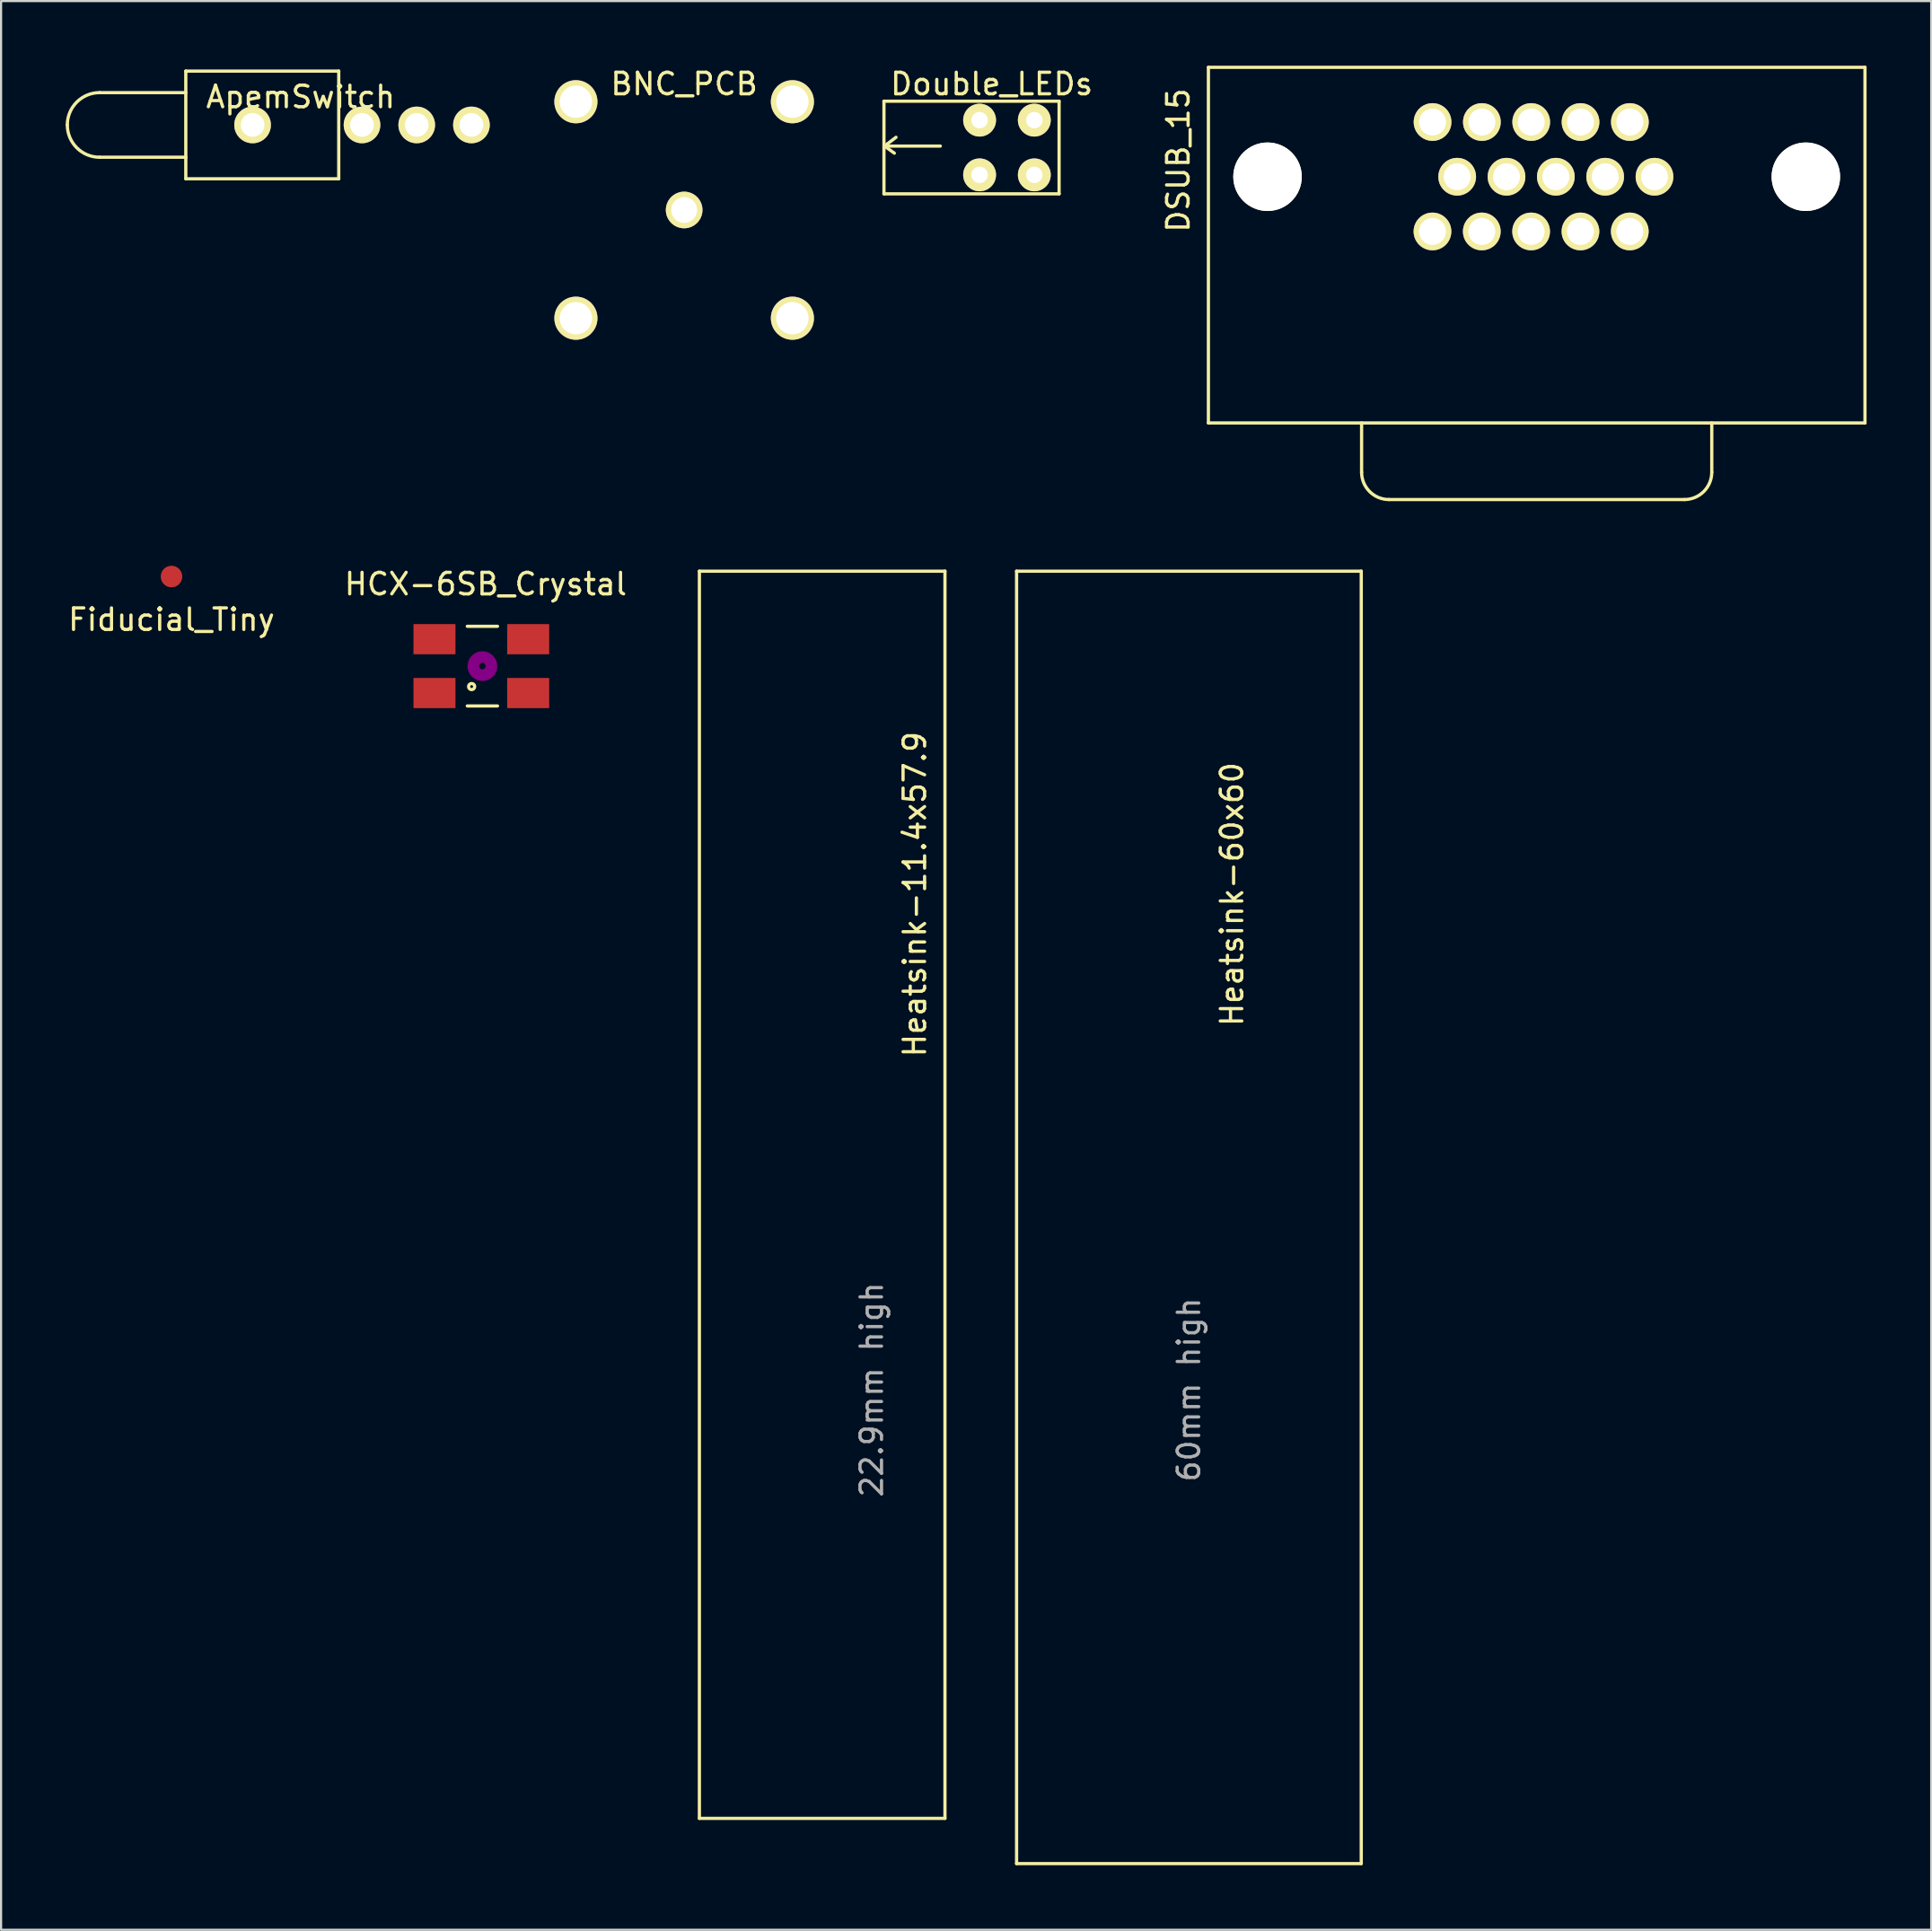
<source format=kicad_pcb>
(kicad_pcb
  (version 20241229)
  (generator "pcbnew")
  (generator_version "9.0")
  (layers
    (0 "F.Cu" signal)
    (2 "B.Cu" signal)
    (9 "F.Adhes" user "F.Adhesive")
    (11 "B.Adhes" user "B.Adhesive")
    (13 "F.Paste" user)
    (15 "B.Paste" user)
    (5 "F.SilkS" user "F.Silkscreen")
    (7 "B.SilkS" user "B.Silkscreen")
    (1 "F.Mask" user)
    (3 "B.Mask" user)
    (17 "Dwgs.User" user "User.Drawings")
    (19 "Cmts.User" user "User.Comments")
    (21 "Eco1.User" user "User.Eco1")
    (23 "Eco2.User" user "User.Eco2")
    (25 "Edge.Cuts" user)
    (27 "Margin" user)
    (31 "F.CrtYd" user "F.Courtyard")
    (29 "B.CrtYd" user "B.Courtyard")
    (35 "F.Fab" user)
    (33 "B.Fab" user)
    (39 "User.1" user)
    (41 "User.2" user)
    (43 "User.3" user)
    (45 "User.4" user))
  (footprint "Heatsink-11.4x57.9"
    (layer "F.Cu")
    (at 29.417 23.466)
    (property "Reference" "Heatsink-11.4x57.9" (at 10 15 90) (layer "F.SilkS") (effects (font (size 1 1) (thickness 0.15))))
    (attr through_hole)
    (fp_line (start 0 0) (end 0 57.9) (stroke (width 0.15) (type solid)) (layer "F.SilkS"))
    (fp_line (start 0 57.9) (end 11.4 57.9) (stroke (width 0.15) (type solid)) (layer "F.SilkS"))
    (fp_line (start 11.4 0) (end 0 0) (stroke (width 0.15) (type solid)) (layer "F.SilkS"))
    (fp_line (start 11.4 57.9) (end 11.4 0) (stroke (width 0.15) (type solid)) (layer "F.SilkS"))
    (fp_text user "22.9mm high" (at 8 38 90) (layer "F.Fab") (effects (font (size 1 1) (thickness 0.15)))))
  (footprint "HCX-6SB_Crystal"
    (layer "F.Cu")
    (at 19.254 27.874)
    (property "Reference" "HCX-6SB_Crystal" (at 0.24 -3.81 0) (layer "F.SilkS") (effects (font (size 1 1) (thickness 0.15))))
    (attr smd)
    (fp_line (start -0.611 -1.849) (end 0.791 -1.849) (stroke (width 0.15) (type solid)) (layer "F.SilkS"))
    (fp_line (start 0.791 1.849) (end -0.611 1.849) (stroke (width 0.15) (type solid)) (layer "F.SilkS"))
    (fp_circle (center -0.41 0.95) (end -0.309 1.049) (stroke (width 0.15) (type solid)) (fill no) (layer "F.SilkS"))
    (fp_circle (center 0.09 0) (end 0.24 0) (stroke (width 0.381) (type solid)) (fill no) (layer "F.Adhes"))
    (fp_circle (center 0.09 0) (end 0.59 0) (stroke (width 0.381) (type solid)) (fill no) (layer "F.Adhes"))
    (pad "1" smd rect (at -2.135 1.25) (size 1.95 1.4) (layers "F.Cu" "F.Mask" "F.Paste"))
    (pad "2" smd rect (at 2.215 1.25) (size 1.95 1.4) (layers "F.Cu" "F.Mask" "F.Paste"))
    (pad "3" smd rect (at 2.215 -1.25) (size 1.95 1.4) (layers "F.Cu" "F.Mask" "F.Paste"))
    (pad "4" smd rect (at -2.135 -1.25) (size 1.95 1.4) (layers "F.Cu" "F.Mask" "F.Paste")))
  (footprint "DSUB_15"
    (layer "F.Cu")
    (at 68.286 5.155)
    (property "Reference" "DSUB_15" (at -16.637 -0.762 90) (layer "F.SilkS") (effects (font (size 1 1) (thickness 0.15))))
    (attr through_hole)
    (fp_line (start -15.24 -5.08) (end 15.24 -5.08) (stroke (width 0.15) (type solid)) (layer "F.SilkS"))
    (fp_line (start -15.24 11.43) (end -15.24 -5.08) (stroke (width 0.15) (type solid)) (layer "F.SilkS"))
    (fp_line (start -8.128 13.716) (end -8.128 11.43) (stroke (width 0.15) (type solid)) (layer "F.SilkS"))
    (fp_line (start -6.858 14.986) (end 6.858 14.986) (stroke (width 0.15) (type solid)) (layer "F.SilkS"))
    (fp_line (start 8.128 13.716) (end 8.128 11.43) (stroke (width 0.15) (type solid)) (layer "F.SilkS"))
    (fp_line (start 15.24 -5.08) (end 15.24 11.43) (stroke (width 0.15) (type solid)) (layer "F.SilkS"))
    (fp_line (start 15.24 11.43) (end -15.24 11.43) (stroke (width 0.15) (type solid)) (layer "F.SilkS"))
    (fp_arc (start -6.858 14.986) (mid -7.756026 14.614026) (end -8.128 13.716) (stroke (width 0.15) (type solid)) (layer "F.SilkS"))
    (fp_arc (start 8.128 13.716) (mid 7.756026 14.614026) (end 6.858 14.986) (stroke (width 0.15) (type solid)) (layer "F.SilkS"))
    (pad "" np_thru_hole circle (at -12.495 0) (size 3.18 3.18) (drill 3.18) (layers "*.Cu" "*.Mask" "F.SilkS"))
    (pad "" np_thru_hole circle (at 12.495 0) (size 3.18 3.18) (drill 3.18) (layers "*.Cu" "*.Mask" "F.SilkS"))
    (pad "1" thru_hole circle (at 4.326 -2.54) (size 1.75 1.75) (drill 1.25) (layers "*.Cu" "*.Mask" "F.SilkS"))
    (pad "2" thru_hole circle (at 2.036 -2.54) (size 1.75 1.75) (drill 1.25) (layers "*.Cu" "*.Mask" "F.SilkS"))
    (pad "3" thru_hole circle (at -0.254 -2.54) (size 1.75 1.75) (drill 1.25) (layers "*.Cu" "*.Mask" "F.SilkS"))
    (pad "4" thru_hole circle (at -2.544 -2.54) (size 1.75 1.75) (drill 1.25) (layers "*.Cu" "*.Mask" "F.SilkS"))
    (pad "5" thru_hole circle (at -4.834 -2.54) (size 1.75 1.75) (drill 1.25) (layers "*.Cu" "*.Mask" "F.SilkS"))
    (pad "6" thru_hole circle (at 5.469 0) (size 1.75 1.75) (drill 1.25) (layers "*.Cu" "*.Mask" "F.SilkS"))
    (pad "7" thru_hole circle (at 3.179 0) (size 1.75 1.75) (drill 1.25) (layers "*.Cu" "*.Mask" "F.SilkS"))
    (pad "8" thru_hole circle (at 0.889 0) (size 1.75 1.75) (drill 1.25) (layers "*.Cu" "*.Mask" "F.SilkS"))
    (pad "9" thru_hole circle (at -1.401 0) (size 1.75 1.75) (drill 1.25) (layers "*.Cu" "*.Mask" "F.SilkS"))
    (pad "10" thru_hole circle (at -3.691 0) (size 1.75 1.75) (drill 1.25) (layers "*.Cu" "*.Mask" "F.SilkS"))
    (pad "11" thru_hole circle (at 4.322 2.54) (size 1.75 1.75) (drill 1.25) (layers "*.Cu" "*.Mask" "F.SilkS"))
    (pad "12" thru_hole circle (at 2.032 2.54) (size 1.75 1.75) (drill 1.25) (layers "*.Cu" "*.Mask" "F.SilkS"))
    (pad "13" thru_hole circle (at -0.258 2.54) (size 1.75 1.75) (drill 1.25) (layers "*.Cu" "*.Mask" "F.SilkS"))
    (pad "14" thru_hole circle (at -2.548 2.54) (size 1.75 1.75) (drill 1.25) (layers "*.Cu" "*.Mask" "F.SilkS"))
    (pad "15" thru_hole circle (at -4.838 2.54) (size 1.75 1.75) (drill 1.25) (layers "*.Cu" "*.Mask" "F.SilkS")))
  (footprint "Heatsink-60x60"
    (layer "F.Cu")
    (at 44.142 23.466)
    (property "Reference" "Heatsink-60x60" (at 10 15 90) (layer "F.SilkS") (effects (font (size 1 1) (thickness 0.15))))
    (attr through_hole)
    (fp_line (start 0 0) (end 0 60) (stroke (width 0.15) (type solid)) (layer "F.SilkS"))
    (fp_line (start 0 60) (end 16 60) (stroke (width 0.15) (type solid)) (layer "F.SilkS"))
    (fp_line (start 16 0) (end 0 0) (stroke (width 0.15) (type solid)) (layer "F.SilkS"))
    (fp_line (start 16 60) (end 16 0) (stroke (width 0.15) (type solid)) (layer "F.SilkS"))
    (fp_text user "60mm high" (at 8 38 90) (layer "F.Fab") (effects (font (size 1 1) (thickness 0.15)))))
  (footprint "BNC_PCB"
    (layer "F.Cu")
    (at 28.71 6.698)
    (property "Reference" "BNC_PCB" (at 0 -5.85 0) (layer "F.SilkS") (effects (font (size 1 1) (thickness 0.15))))
    (attr through_hole)
    (pad "1" thru_hole circle (at 0 0) (size 1.7 1.7) (drill 1.2) (layers "*.Cu" "*.Mask" "F.SilkS"))
    (pad "2" thru_hole circle (at -5.025 -5.025 180) (size 2 2) (drill 1.5) (layers "*.Cu" "*.Mask" "F.SilkS"))
    (pad "2" thru_hole circle (at -5.025 5.025 270) (size 2 2) (drill 1.5) (layers "*.Cu" "*.Mask" "F.SilkS"))
    (pad "2" thru_hole circle (at 5.025 -5.025 90) (size 2 2) (drill 1.5) (layers "*.Cu" "*.Mask" "F.SilkS"))
    (pad "2" thru_hole circle (at 5.025 5.025) (size 2 2) (drill 1.5) (layers "*.Cu" "*.Mask" "F.SilkS")))
  (footprint "Fiducial_Tiny"
    (layer "F.Cu")
    (at 4.911 23.716)
    (property "Reference" "Fiducial_Tiny" (at 0 2 0) (layer "F.SilkS") (effects (font (size 1 1) (thickness 0.15))))
    (attr through_hole)
    (pad "" connect circle (at 0 0) (size 1 1) (layers "F.Cu" "F.Mask")))
  (footprint "Double_LEDs"
    (layer "F.Cu")
    (at 37.985 1.648)
    (property "Reference" "Double_LEDs" (at 5 -0.8 0) (layer "F.SilkS") (effects (font (size 1 1) (thickness 0.15))))
    (attr through_hole)
    (fp_line (start 0 0) (end 0 4.3) (stroke (width 0.15) (type solid)) (layer "F.SilkS"))
    (fp_line (start 0 0) (end 8.13 0) (stroke (width 0.15) (type solid)) (layer "F.SilkS"))
    (fp_line (start 0 4.3) (end 8.13 4.3) (stroke (width 0.15) (type solid)) (layer "F.SilkS"))
    (fp_line (start 0.025 2.083) (end 0.483 2.413) (stroke (width 0.15) (type solid)) (layer "F.SilkS"))
    (fp_line (start 0.025 2.083) (end 0.559 1.676) (stroke (width 0.15) (type solid)) (layer "F.SilkS"))
    (fp_line (start 2.616 2.083) (end 0.025 2.083) (stroke (width 0.15) (type solid)) (layer "F.SilkS"))
    (fp_line (start 8.13 0) (end 8.13 4.3) (stroke (width 0.15) (type solid)) (layer "F.SilkS"))
    (pad "1" thru_hole circle (at 4.44 0.88) (size 1.524 1.524) (drill 0.762) (layers "*.Cu" "*.Mask" "F.SilkS"))
    (pad "2" thru_hole circle (at 4.44 3.42) (size 1.524 1.524) (drill 0.762) (layers "*.Cu" "*.Mask" "F.SilkS"))
    (pad "3" thru_hole circle (at 6.98 0.88) (size 1.524 1.524) (drill 0.762) (layers "*.Cu" "*.Mask" "F.SilkS"))
    (pad "4" thru_hole circle (at 6.98 3.42) (size 1.524 1.524) (drill 0.762) (layers "*.Cu" "*.Mask" "F.SilkS")))
  (footprint "ApemSwitch"
    (layer "F.Cu")
    (at 5.575 0.25)
    (property "Reference" "ApemSwitch" (at 5.332 1.199 0) (layer "F.SilkS") (effects (font (size 1 1) (thickness 0.15))))
    (attr through_hole)
    (fp_line (start 0 0) (end 0 5) (stroke (width 0.15) (type solid)) (layer "F.SilkS"))
    (fp_line (start 0 0) (end 7.1 0) (stroke (width 0.15) (type solid)) (layer "F.SilkS"))
    (fp_line (start 0 1) (end -4 1) (stroke (width 0.15) (type solid)) (layer "F.SilkS"))
    (fp_line (start 0 4) (end -4 4) (stroke (width 0.15) (type solid)) (layer "F.SilkS"))
    (fp_line (start 0 5) (end 7.1 5) (stroke (width 0.15) (type solid)) (layer "F.SilkS"))
    (fp_line (start 7.1 0) (end 7.1 5) (stroke (width 0.15) (type solid)) (layer "F.SilkS"))
    (fp_arc (start -5.5 2.5) (mid -5.06066 1.43934) (end -4 1) (stroke (width 0.15) (type solid)) (layer "F.SilkS"))
    (fp_arc (start -4 4) (mid -5.06066 3.56066) (end -5.5 2.5) (stroke (width 0.15) (type solid)) (layer "F.SilkS"))
    (pad "" thru_hole circle (at 3.1 2.5) (size 1.7 1.7) (drill 1.1) (layers "*.Cu" "*.Mask" "F.SilkS"))
    (pad "1" thru_hole circle (at 8.18 2.5) (size 1.7 1.7) (drill 1.1) (layers "*.Cu" "*.Mask" "F.SilkS"))
    (pad "2" thru_hole circle (at 10.72 2.5) (size 1.7 1.7) (drill 1.1) (layers "*.Cu" "*.Mask" "F.SilkS"))
    (pad "3" thru_hole circle (at 13.26 2.5) (size 1.7 1.7) (drill 1.1) (layers "*.Cu" "*.Mask" "F.SilkS")))
  (gr_rect
    (start -3 -3)
    (end 86.601 86.541)
    (stroke (width 0.1) (type default))
    (fill no)
    (layer "Edge.Cuts")))
</source>
